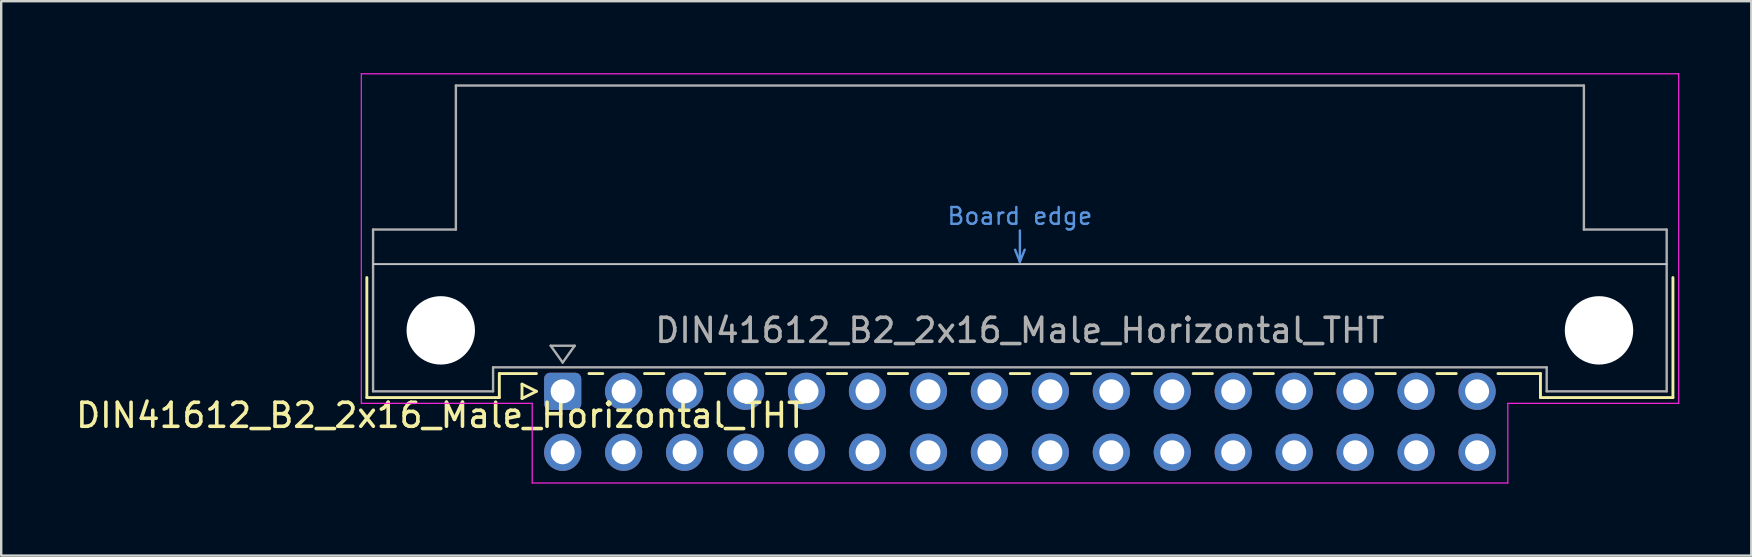
<source format=kicad_pcb>
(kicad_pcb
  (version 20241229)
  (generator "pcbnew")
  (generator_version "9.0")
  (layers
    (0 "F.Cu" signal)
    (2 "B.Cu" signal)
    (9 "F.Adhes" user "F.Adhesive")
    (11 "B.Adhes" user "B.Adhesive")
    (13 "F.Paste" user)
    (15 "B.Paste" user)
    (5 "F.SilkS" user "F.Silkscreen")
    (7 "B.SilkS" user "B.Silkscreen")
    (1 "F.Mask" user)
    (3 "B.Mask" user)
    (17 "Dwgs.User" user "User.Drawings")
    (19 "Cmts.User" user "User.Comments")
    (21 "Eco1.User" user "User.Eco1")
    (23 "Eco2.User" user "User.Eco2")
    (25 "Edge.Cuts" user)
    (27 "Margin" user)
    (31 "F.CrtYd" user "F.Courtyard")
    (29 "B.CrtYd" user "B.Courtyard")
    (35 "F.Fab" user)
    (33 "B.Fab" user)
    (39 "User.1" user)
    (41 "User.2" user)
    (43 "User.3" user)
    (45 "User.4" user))
  (footprint "DIN41612_B2_2x16_Male_Horizontal_THT"
    (layer "F.Cu")
    (at 20.395 13.255)
    (property "Reference" "DIN41612_B2_2x16_Male_Horizontal_THT" (at -5.08 1 0) (layer "F.SilkS") (effects (font (size 1 1) (thickness 0.15))))
    (attr through_hole)
    (fp_line (start -8.16 -4.74) (end -8.16 0.26) (stroke (width 0.12) (type solid)) (layer "F.SilkS"))
    (fp_line (start -8.16 0.26) (end -2.64 0.26) (stroke (width 0.12) (type solid)) (layer "F.SilkS"))
    (fp_line (start -2.64 -0.74) (end -1.095 -0.74) (stroke (width 0.12) (type solid)) (layer "F.SilkS"))
    (fp_line (start -2.64 0.26) (end -2.64 -0.74) (stroke (width 0.12) (type solid)) (layer "F.SilkS"))
    (fp_line (start -1.695 -0.3) (end -1.695 0.3) (stroke (width 0.12) (type solid)) (layer "F.SilkS"))
    (fp_line (start -1.695 0.3) (end -1.095 0) (stroke (width 0.12) (type solid)) (layer "F.SilkS"))
    (fp_line (start -1.095 0) (end -1.695 -0.3) (stroke (width 0.12) (type solid)) (layer "F.SilkS"))
    (fp_line (start 1.095 -0.74) (end 1.671 -0.74) (stroke (width 0.12) (type solid)) (layer "F.SilkS"))
    (fp_line (start 3.41 -0.74) (end 4.211 -0.74) (stroke (width 0.12) (type solid)) (layer "F.SilkS"))
    (fp_line (start 5.95 -0.74) (end 6.751 -0.74) (stroke (width 0.12) (type solid)) (layer "F.SilkS"))
    (fp_line (start 8.49 -0.74) (end 9.291 -0.74) (stroke (width 0.12) (type solid)) (layer "F.SilkS"))
    (fp_line (start 11.03 -0.74) (end 11.831 -0.74) (stroke (width 0.12) (type solid)) (layer "F.SilkS"))
    (fp_line (start 13.57 -0.74) (end 14.371 -0.74) (stroke (width 0.12) (type solid)) (layer "F.SilkS"))
    (fp_line (start 16.11 -0.74) (end 16.911 -0.74) (stroke (width 0.12) (type solid)) (layer "F.SilkS"))
    (fp_line (start 18.65 -0.74) (end 19.451 -0.74) (stroke (width 0.12) (type solid)) (layer "F.SilkS"))
    (fp_line (start 21.19 -0.74) (end 21.991 -0.74) (stroke (width 0.12) (type solid)) (layer "F.SilkS"))
    (fp_line (start 23.73 -0.74) (end 24.531 -0.74) (stroke (width 0.12) (type solid)) (layer "F.SilkS"))
    (fp_line (start 26.27 -0.74) (end 27.071 -0.74) (stroke (width 0.12) (type solid)) (layer "F.SilkS"))
    (fp_line (start 28.81 -0.74) (end 29.611 -0.74) (stroke (width 0.12) (type solid)) (layer "F.SilkS"))
    (fp_line (start 31.35 -0.74) (end 32.151 -0.74) (stroke (width 0.12) (type solid)) (layer "F.SilkS"))
    (fp_line (start 33.89 -0.74) (end 34.691 -0.74) (stroke (width 0.12) (type solid)) (layer "F.SilkS"))
    (fp_line (start 36.43 -0.74) (end 37.231 -0.74) (stroke (width 0.12) (type solid)) (layer "F.SilkS"))
    (fp_line (start 38.97 -0.74) (end 40.74 -0.74) (stroke (width 0.12) (type solid)) (layer "F.SilkS"))
    (fp_line (start 40.74 0.26) (end 40.74 -0.74) (stroke (width 0.12) (type solid)) (layer "F.SilkS"))
    (fp_line (start 46.26 -4.74) (end 46.26 0.26) (stroke (width 0.12) (type solid)) (layer "F.SilkS"))
    (fp_line (start 46.26 0.26) (end 40.74 0.26) (stroke (width 0.12) (type solid)) (layer "F.SilkS"))
    (fp_line (start -7.9 -5.3) (end 46 -5.3) (stroke (width 0.08) (type solid)) (layer "Dwgs.User"))
    (fp_line (start 18.85 -5.9) (end 19.05 -5.4) (stroke (width 0.1) (type solid)) (layer "Cmts.User"))
    (fp_line (start 19.05 -5.4) (end 19.05 -6.7) (stroke (width 0.1) (type solid)) (layer "Cmts.User"))
    (fp_line (start 19.05 -5.4) (end 19.25 -5.9) (stroke (width 0.1) (type solid)) (layer "Cmts.User"))
    (fp_line (start -8.39 -13.23) (end -8.39 0.5) (stroke (width 0.05) (type solid)) (layer "F.CrtYd"))
    (fp_line (start -8.39 0.5) (end -1.27 0.5) (stroke (width 0.05) (type solid)) (layer "F.CrtYd"))
    (fp_line (start -1.27 0.5) (end -1.27 3.82) (stroke (width 0.05) (type solid)) (layer "F.CrtYd"))
    (fp_line (start -1.27 3.82) (end 39.38 3.82) (stroke (width 0.05) (type solid)) (layer "F.CrtYd"))
    (fp_line (start 39.38 0.5) (end 46.5 0.5) (stroke (width 0.05) (type solid)) (layer "F.CrtYd"))
    (fp_line (start 39.38 3.82) (end 39.38 0.5) (stroke (width 0.05) (type solid)) (layer "F.CrtYd"))
    (fp_line (start 46.5 -13.23) (end -8.39 -13.23) (stroke (width 0.05) (type solid)) (layer "F.CrtYd"))
    (fp_line (start 46.5 0.5) (end 46.5 -13.23) (stroke (width 0.05) (type solid)) (layer "F.CrtYd"))
    (fp_line (start -7.9 -6.74) (end -7.9 0) (stroke (width 0.1) (type solid)) (layer "F.Fab"))
    (fp_line (start -7.9 0) (end -2.9 0) (stroke (width 0.1) (type solid)) (layer "F.Fab"))
    (fp_line (start -4.45 -12.74) (end -4.45 -6.74) (stroke (width 0.1) (type solid)) (layer "F.Fab"))
    (fp_line (start -4.45 -6.74) (end -7.9 -6.74) (stroke (width 0.1) (type solid)) (layer "F.Fab"))
    (fp_line (start -2.9 -1) (end 41 -1) (stroke (width 0.1) (type solid)) (layer "F.Fab"))
    (fp_line (start -2.9 0) (end -2.9 -1) (stroke (width 0.1) (type solid)) (layer "F.Fab"))
    (fp_line (start -0.5 -1.9) (end 0.5 -1.9) (stroke (width 0.1) (type solid)) (layer "F.Fab"))
    (fp_line (start 0 -1.2) (end -0.5 -1.9) (stroke (width 0.1) (type solid)) (layer "F.Fab"))
    (fp_line (start 0.5 -1.9) (end 0 -1.2) (stroke (width 0.1) (type solid)) (layer "F.Fab"))
    (fp_line (start 41 -1) (end 41 0) (stroke (width 0.1) (type solid)) (layer "F.Fab"))
    (fp_line (start 41 0) (end 46 0) (stroke (width 0.1) (type solid)) (layer "F.Fab"))
    (fp_line (start 42.55 -12.74) (end -4.45 -12.74) (stroke (width 0.1) (type solid)) (layer "F.Fab"))
    (fp_line (start 42.55 -6.74) (end 42.55 -12.74) (stroke (width 0.1) (type solid)) (layer "F.Fab"))
    (fp_line (start 46 -6.74) (end 42.55 -6.74) (stroke (width 0.1) (type solid)) (layer "F.Fab"))
    (fp_line (start 46 0) (end 46 -6.74) (stroke (width 0.1) (type solid)) (layer "F.Fab"))
    (fp_text user "Board edge" (at 19.05 -7.3 0) (layer "Cmts.User") (effects (font (size 0.7 0.7) (thickness 0.1))))
    (fp_text user "${REFERENCE}" (at 19.05 -2.54 0) (layer "F.Fab") (effects (font (size 1 1) (thickness 0.15))))
    (pad "" np_thru_hole circle (at -5.08 -2.54) (size 2.85 2.85) (drill 2.85) (layers "*.Cu" "*.Mask"))
    (pad "" np_thru_hole circle (at 43.18 -2.54) (size 2.85 2.85) (drill 2.85) (layers "*.Cu" "*.Mask"))
    (pad "a1" thru_hole roundrect (at 0 0) (size 1.55 1.55) (drill 1) (layers "*.Cu" "*.Mask") (roundrect_rratio 0.161))
    (pad "a2" thru_hole circle (at 2.54 0) (size 1.55 1.55) (drill 1) (layers "*.Cu" "*.Mask"))
    (pad "a3" thru_hole circle (at 5.08 0) (size 1.55 1.55) (drill 1) (layers "*.Cu" "*.Mask"))
    (pad "a4" thru_hole circle (at 7.62 0) (size 1.55 1.55) (drill 1) (layers "*.Cu" "*.Mask"))
    (pad "a5" thru_hole circle (at 10.16 0) (size 1.55 1.55) (drill 1) (layers "*.Cu" "*.Mask"))
    (pad "a6" thru_hole circle (at 12.7 0) (size 1.55 1.55) (drill 1) (layers "*.Cu" "*.Mask"))
    (pad "a7" thru_hole circle (at 15.24 0) (size 1.55 1.55) (drill 1) (layers "*.Cu" "*.Mask"))
    (pad "a8" thru_hole circle (at 17.78 0) (size 1.55 1.55) (drill 1) (layers "*.Cu" "*.Mask"))
    (pad "a9" thru_hole circle (at 20.32 0) (size 1.55 1.55) (drill 1) (layers "*.Cu" "*.Mask"))
    (pad "a10" thru_hole circle (at 22.86 0) (size 1.55 1.55) (drill 1) (layers "*.Cu" "*.Mask"))
    (pad "a11" thru_hole circle (at 25.4 0) (size 1.55 1.55) (drill 1) (layers "*.Cu" "*.Mask"))
    (pad "a12" thru_hole circle (at 27.94 0) (size 1.55 1.55) (drill 1) (layers "*.Cu" "*.Mask"))
    (pad "a13" thru_hole circle (at 30.48 0) (size 1.55 1.55) (drill 1) (layers "*.Cu" "*.Mask"))
    (pad "a14" thru_hole circle (at 33.02 0) (size 1.55 1.55) (drill 1) (layers "*.Cu" "*.Mask"))
    (pad "a15" thru_hole circle (at 35.56 0) (size 1.55 1.55) (drill 1) (layers "*.Cu" "*.Mask"))
    (pad "a16" thru_hole circle (at 38.1 0) (size 1.55 1.55) (drill 1) (layers "*.Cu" "*.Mask"))
    (pad "b1" thru_hole circle (at 0 2.54) (size 1.55 1.55) (drill 1) (layers "*.Cu" "*.Mask"))
    (pad "b2" thru_hole circle (at 2.54 2.54) (size 1.55 1.55) (drill 1) (layers "*.Cu" "*.Mask"))
    (pad "b3" thru_hole circle (at 5.08 2.54) (size 1.55 1.55) (drill 1) (layers "*.Cu" "*.Mask"))
    (pad "b4" thru_hole circle (at 7.62 2.54) (size 1.55 1.55) (drill 1) (layers "*.Cu" "*.Mask"))
    (pad "b5" thru_hole circle (at 10.16 2.54) (size 1.55 1.55) (drill 1) (layers "*.Cu" "*.Mask"))
    (pad "b6" thru_hole circle (at 12.7 2.54) (size 1.55 1.55) (drill 1) (layers "*.Cu" "*.Mask"))
    (pad "b7" thru_hole circle (at 15.24 2.54) (size 1.55 1.55) (drill 1) (layers "*.Cu" "*.Mask"))
    (pad "b8" thru_hole circle (at 17.78 2.54) (size 1.55 1.55) (drill 1) (layers "*.Cu" "*.Mask"))
    (pad "b9" thru_hole circle (at 20.32 2.54) (size 1.55 1.55) (drill 1) (layers "*.Cu" "*.Mask"))
    (pad "b10" thru_hole circle (at 22.86 2.54) (size 1.55 1.55) (drill 1) (layers "*.Cu" "*.Mask"))
    (pad "b11" thru_hole circle (at 25.4 2.54) (size 1.55 1.55) (drill 1) (layers "*.Cu" "*.Mask"))
    (pad "b12" thru_hole circle (at 27.94 2.54) (size 1.55 1.55) (drill 1) (layers "*.Cu" "*.Mask"))
    (pad "b13" thru_hole circle (at 30.48 2.54) (size 1.55 1.55) (drill 1) (layers "*.Cu" "*.Mask"))
    (pad "b14" thru_hole circle (at 33.02 2.54) (size 1.55 1.55) (drill 1) (layers "*.Cu" "*.Mask"))
    (pad "b15" thru_hole circle (at 35.56 2.54) (size 1.55 1.55) (drill 1) (layers "*.Cu" "*.Mask"))
    (pad "b16" thru_hole circle (at 38.1 2.54) (size 1.55 1.55) (drill 1) (layers "*.Cu" "*.Mask")))
  (gr_rect
    (start -3 -3)
    (end 69.92 20.1)
    (stroke (width 0.1) (type default))
    (fill no)
    (layer "Edge.Cuts")))
</source>
